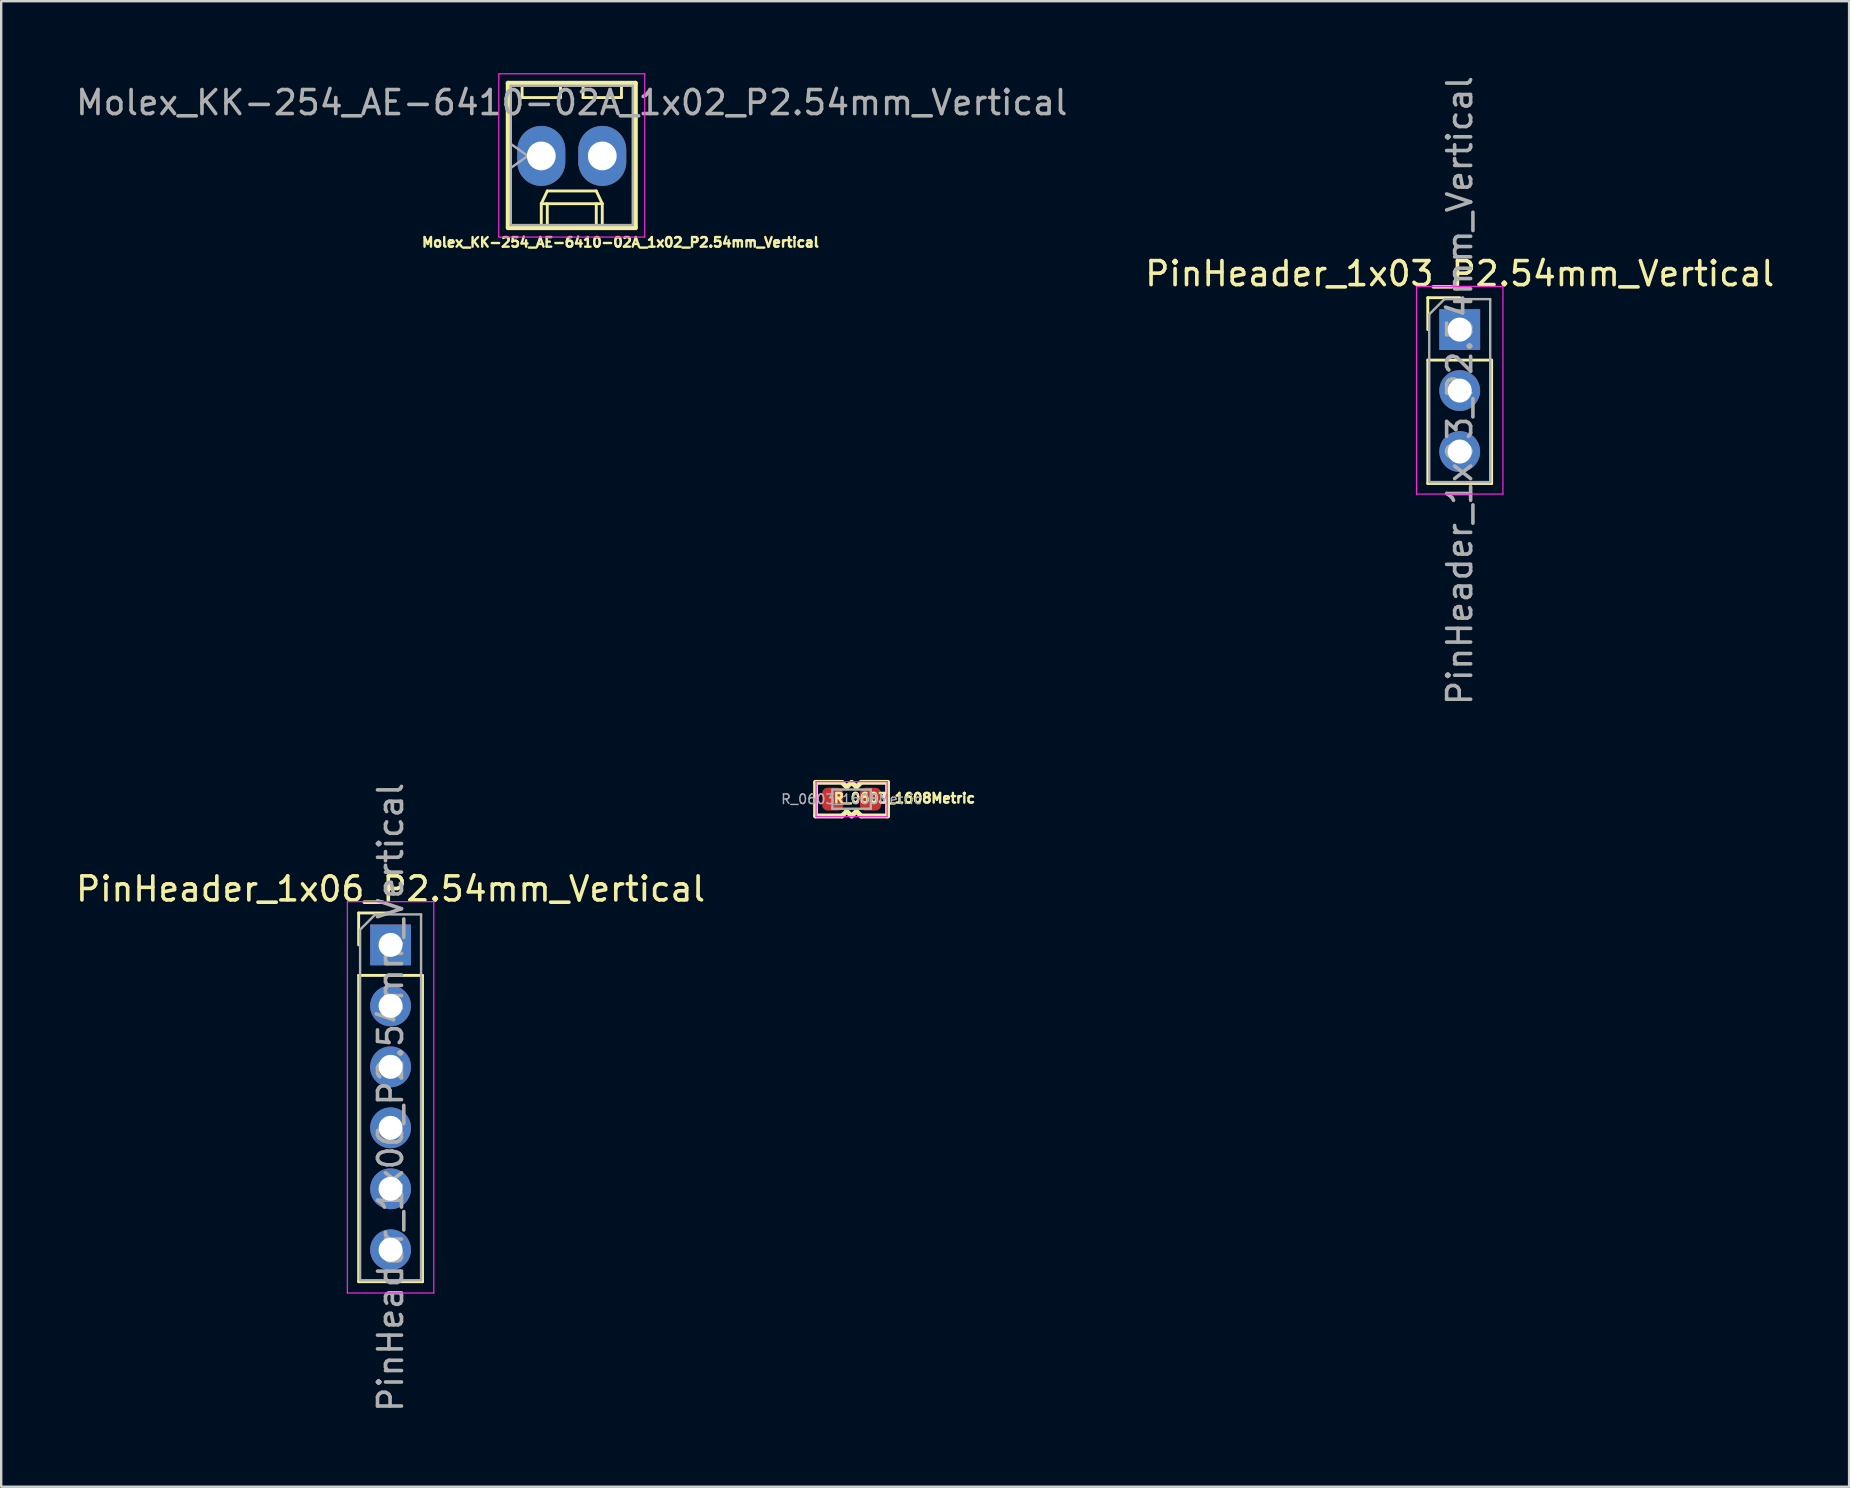
<source format=kicad_pcb>
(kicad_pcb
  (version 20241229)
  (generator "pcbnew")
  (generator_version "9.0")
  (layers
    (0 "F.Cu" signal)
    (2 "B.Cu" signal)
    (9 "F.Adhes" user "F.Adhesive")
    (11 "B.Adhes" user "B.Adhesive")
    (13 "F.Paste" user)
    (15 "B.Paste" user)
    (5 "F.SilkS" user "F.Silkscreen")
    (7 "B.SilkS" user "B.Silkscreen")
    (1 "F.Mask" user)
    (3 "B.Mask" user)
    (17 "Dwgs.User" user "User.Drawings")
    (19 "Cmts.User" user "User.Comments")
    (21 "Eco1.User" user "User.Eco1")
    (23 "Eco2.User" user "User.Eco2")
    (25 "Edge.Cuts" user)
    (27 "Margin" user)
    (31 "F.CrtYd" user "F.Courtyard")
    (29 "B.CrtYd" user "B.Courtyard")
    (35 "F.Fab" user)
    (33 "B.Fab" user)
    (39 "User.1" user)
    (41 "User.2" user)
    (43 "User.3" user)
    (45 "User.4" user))
  (footprint "PinHeader_1x06_P2.54mm_Vertical"
    (layer "F.Cu")
    (at 13.22 36.311)
    (property "Reference" "PinHeader_1x06_P2.54mm_Vertical" (at 0 -2.33 0) (layer "F.SilkS") (effects (font (size 1 1) (thickness 0.15))))
    (attr through_hole)
    (fp_line (start -1.33 -1.33) (end 0 -1.33) (stroke (width 0.12) (type solid)) (layer "F.SilkS"))
    (fp_line (start -1.33 0) (end -1.33 -1.33) (stroke (width 0.12) (type solid)) (layer "F.SilkS"))
    (fp_line (start -1.33 1.27) (end -1.33 14.03) (stroke (width 0.12) (type solid)) (layer "F.SilkS"))
    (fp_line (start -1.33 1.27) (end 1.33 1.27) (stroke (width 0.12) (type solid)) (layer "F.SilkS"))
    (fp_line (start -1.33 14.03) (end 1.33 14.03) (stroke (width 0.12) (type solid)) (layer "F.SilkS"))
    (fp_line (start 1.33 1.27) (end 1.33 14.03) (stroke (width 0.12) (type solid)) (layer "F.SilkS"))
    (fp_line (start -1.8 -1.8) (end -1.8 14.5) (stroke (width 0.05) (type solid)) (layer "F.CrtYd"))
    (fp_line (start -1.8 14.5) (end 1.8 14.5) (stroke (width 0.05) (type solid)) (layer "F.CrtYd"))
    (fp_line (start 1.8 -1.8) (end -1.8 -1.8) (stroke (width 0.05) (type solid)) (layer "F.CrtYd"))
    (fp_line (start 1.8 14.5) (end 1.8 -1.8) (stroke (width 0.05) (type solid)) (layer "F.CrtYd"))
    (fp_line (start -1.27 -0.635) (end -0.635 -1.27) (stroke (width 0.1) (type solid)) (layer "F.Fab"))
    (fp_line (start -1.27 13.97) (end -1.27 -0.635) (stroke (width 0.1) (type solid)) (layer "F.Fab"))
    (fp_line (start -0.635 -1.27) (end 1.27 -1.27) (stroke (width 0.1) (type solid)) (layer "F.Fab"))
    (fp_line (start 1.27 -1.27) (end 1.27 13.97) (stroke (width 0.1) (type solid)) (layer "F.Fab"))
    (fp_line (start 1.27 13.97) (end -1.27 13.97) (stroke (width 0.1) (type solid)) (layer "F.Fab"))
    (fp_text user "${REFERENCE}" (at 0 6.35 90) (layer "F.Fab") (effects (font (size 1 1) (thickness 0.15))))
    (pad "1" thru_hole rect (at 0 0) (size 1.7 1.7) (drill 1) (layers "*.Cu" "*.Mask"))
    (pad "2" thru_hole oval (at 0 2.54) (size 1.7 1.7) (drill 1) (layers "*.Cu" "*.Mask"))
    (pad "3" thru_hole oval (at 0 5.08) (size 1.7 1.7) (drill 1) (layers "*.Cu" "*.Mask"))
    (pad "4" thru_hole oval (at 0 7.62) (size 1.7 1.7) (drill 1) (layers "*.Cu" "*.Mask"))
    (pad "5" thru_hole oval (at 0 10.16) (size 1.7 1.7) (drill 1) (layers "*.Cu" "*.Mask"))
    (pad "6" thru_hole oval (at 0 12.7) (size 1.7 1.7) (drill 1) (layers "*.Cu" "*.Mask")))
  (footprint "Molex_KK-254_AE-6410-02A_1x02_P2.54mm_Vertical"
    (layer "F.Cu")
    (at 19.498 3.445)
    (property "Reference" "Molex_KK-254_AE-6410-02A_1x02_P2.54mm_Vertical" (at 3.3 3.6 0) (layer "F.SilkS") (effects (font (size 0.4 0.4) (thickness 0.1))))
    (attr through_hole)
    (fp_line (start -1.38 -3.03) (end -1.38 2.99) (stroke (width 0.2) (type solid)) (layer "F.SilkS"))
    (fp_line (start -1.38 2.99) (end 3.92 2.99) (stroke (width 0.2) (type solid)) (layer "F.SilkS"))
    (fp_line (start -0.8 -3.03) (end -0.8 -2.43) (stroke (width 0.12) (type solid)) (layer "F.SilkS"))
    (fp_line (start -0.8 -2.43) (end 0.8 -2.43) (stroke (width 0.12) (type solid)) (layer "F.SilkS"))
    (fp_line (start 0 1.99) (end 0.25 1.46) (stroke (width 0.12) (type solid)) (layer "F.SilkS"))
    (fp_line (start 0 1.99) (end 2.54 1.99) (stroke (width 0.12) (type solid)) (layer "F.SilkS"))
    (fp_line (start 0 2.99) (end 0 1.99) (stroke (width 0.12) (type solid)) (layer "F.SilkS"))
    (fp_line (start 0.25 1.46) (end 2.29 1.46) (stroke (width 0.12) (type solid)) (layer "F.SilkS"))
    (fp_line (start 0.25 2.99) (end 0.25 1.99) (stroke (width 0.12) (type solid)) (layer "F.SilkS"))
    (fp_line (start 0.8 -2.43) (end 0.8 -3.03) (stroke (width 0.12) (type solid)) (layer "F.SilkS"))
    (fp_line (start 1.74 -3.03) (end 1.74 -2.43) (stroke (width 0.12) (type solid)) (layer "F.SilkS"))
    (fp_line (start 1.74 -2.43) (end 3.34 -2.43) (stroke (width 0.12) (type solid)) (layer "F.SilkS"))
    (fp_line (start 2.29 1.46) (end 2.54 1.99) (stroke (width 0.12) (type solid)) (layer "F.SilkS"))
    (fp_line (start 2.29 2.99) (end 2.29 1.99) (stroke (width 0.12) (type solid)) (layer "F.SilkS"))
    (fp_line (start 2.54 1.99) (end 2.54 2.99) (stroke (width 0.12) (type solid)) (layer "F.SilkS"))
    (fp_line (start 3.34 -2.43) (end 3.34 -3.03) (stroke (width 0.12) (type solid)) (layer "F.SilkS"))
    (fp_line (start 3.92 -3.03) (end -1.38 -3.03) (stroke (width 0.2) (type solid)) (layer "F.SilkS"))
    (fp_line (start 3.92 2.99) (end 3.92 -3.03) (stroke (width 0.2) (type solid)) (layer "F.SilkS"))
    (fp_line (start -1.77 -3.42) (end -1.77 3.38) (stroke (width 0.05) (type solid)) (layer "F.CrtYd"))
    (fp_line (start -1.77 3.38) (end 4.31 3.38) (stroke (width 0.05) (type solid)) (layer "F.CrtYd"))
    (fp_line (start 4.31 -3.42) (end -1.77 -3.42) (stroke (width 0.05) (type solid)) (layer "F.CrtYd"))
    (fp_line (start 4.31 3.38) (end 4.31 -3.42) (stroke (width 0.05) (type solid)) (layer "F.CrtYd"))
    (fp_line (start -1.27 -2.92) (end -1.27 2.88) (stroke (width 0.1) (type solid)) (layer "F.Fab"))
    (fp_line (start -1.27 -0.5) (end -0.563 0) (stroke (width 0.1) (type solid)) (layer "F.Fab"))
    (fp_line (start -1.27 2.88) (end 3.81 2.88) (stroke (width 0.1) (type solid)) (layer "F.Fab"))
    (fp_line (start -0.563 0) (end -1.27 0.5) (stroke (width 0.1) (type solid)) (layer "F.Fab"))
    (fp_line (start 3.81 -2.92) (end -1.27 -2.92) (stroke (width 0.1) (type solid)) (layer "F.Fab"))
    (fp_line (start 3.81 2.88) (end 3.81 -2.92) (stroke (width 0.1) (type solid)) (layer "F.Fab"))
    (fp_text user "${REFERENCE}" (at 1.27 -2.22 0) (layer "F.Fab") (effects (font (size 1 1) (thickness 0.15))))
    (pad "1" thru_hole oval (at 0 0) (size 2 2.5) (drill 1.2) (layers "*.Cu" "*.Mask"))
    (pad "2" thru_hole oval (at 2.54 0) (size 2 2.5) (drill 1.2) (layers "*.Cu" "*.Mask")))
  (footprint "R_0603_1608Metric"
    (layer "F.Cu")
    (at 32.424 30.24)
    (property "Reference" "R_0603_1608Metric" (at 2.201 -0.04 0) (layer "F.SilkS") (effects (font (size 0.4 0.4) (thickness 0.1))))
    (attr smd)
    (fp_line (start -1.5 -0.7) (end -1.5 0.7) (stroke (width 0.2) (type solid)) (layer "F.SilkS"))
    (fp_line (start -1.5 -0.7) (end -0.4 -0.7) (stroke (width 0.2) (type solid)) (layer "F.SilkS"))
    (fp_line (start -0.4 -0.7) (end -0.203 -0.506) (stroke (width 0.2) (type solid)) (layer "F.SilkS"))
    (fp_line (start -0.4 0.7) (end -1.5 0.7) (stroke (width 0.2) (type solid)) (layer "F.SilkS"))
    (fp_line (start -0.203 -0.506) (end 0 -0.7) (stroke (width 0.2) (type solid)) (layer "F.SilkS"))
    (fp_line (start -0.203 0.506) (end -0.4 0.7) (stroke (width 0.2) (type solid)) (layer "F.SilkS"))
    (fp_line (start 0 -0.7) (end 0.203 -0.506) (stroke (width 0.2) (type solid)) (layer "F.SilkS"))
    (fp_line (start 0 0.7) (end -0.203 0.506) (stroke (width 0.2) (type solid)) (layer "F.SilkS"))
    (fp_line (start 0.203 -0.506) (end 0.4 -0.7) (stroke (width 0.2) (type solid)) (layer "F.SilkS"))
    (fp_line (start 0.203 0.506) (end 0 0.7) (stroke (width 0.2) (type solid)) (layer "F.SilkS"))
    (fp_line (start 0.4 -0.7) (end 1.5 -0.7) (stroke (width 0.2) (type solid)) (layer "F.SilkS"))
    (fp_line (start 0.4 0.7) (end 0.203 0.506) (stroke (width 0.2) (type solid)) (layer "F.SilkS"))
    (fp_line (start 1.5 0.7) (end 0.4 0.7) (stroke (width 0.2) (type solid)) (layer "F.SilkS"))
    (fp_line (start 1.5 0.7) (end 1.5 -0.7) (stroke (width 0.2) (type solid)) (layer "F.SilkS"))
    (fp_line (start -1.48 -0.73) (end 1.48 -0.73) (stroke (width 0.05) (type solid)) (layer "F.CrtYd"))
    (fp_line (start -1.48 0.73) (end -1.48 -0.73) (stroke (width 0.05) (type solid)) (layer "F.CrtYd"))
    (fp_line (start 1.48 -0.73) (end 1.48 0.73) (stroke (width 0.05) (type solid)) (layer "F.CrtYd"))
    (fp_line (start 1.48 0.73) (end -1.48 0.73) (stroke (width 0.05) (type solid)) (layer "F.CrtYd"))
    (fp_line (start -0.8 -0.4) (end 0.8 -0.4) (stroke (width 0.1) (type solid)) (layer "F.Fab"))
    (fp_line (start -0.8 0.4) (end -0.8 -0.4) (stroke (width 0.1) (type solid)) (layer "F.Fab"))
    (fp_line (start 0.8 -0.4) (end 0.8 0.4) (stroke (width 0.1) (type solid)) (layer "F.Fab"))
    (fp_line (start 0.8 0.4) (end -0.8 0.4) (stroke (width 0.1) (type solid)) (layer "F.Fab"))
    (fp_text user "${REFERENCE}" (at 0 0 0) (layer "F.Fab") (effects (font (size 0.4 0.4) (thickness 0.06))))
    (pad "1" smd roundrect (at -0.787 0) (size 0.875 0.95) (layers "F.Cu" "F.Mask" "F.Paste") (roundrect_rratio 0.25))
    (pad "2" smd roundrect (at 0.787 0) (size 0.875 0.95) (layers "F.Cu" "F.Mask" "F.Paste") (roundrect_rratio 0.25)))
  (footprint "PinHeader_1x03_P2.54mm_Vertical"
    (layer "F.Cu")
    (at 57.756 10.68)
    (property "Reference" "PinHeader_1x03_P2.54mm_Vertical" (at 0 -2.33 0) (layer "F.SilkS") (effects (font (size 1 1) (thickness 0.15))))
    (attr through_hole)
    (fp_line (start -1.33 -1.33) (end 0 -1.33) (stroke (width 0.12) (type solid)) (layer "F.SilkS"))
    (fp_line (start -1.33 0) (end -1.33 -1.33) (stroke (width 0.12) (type solid)) (layer "F.SilkS"))
    (fp_line (start -1.33 1.27) (end -1.33 6.41) (stroke (width 0.12) (type solid)) (layer "F.SilkS"))
    (fp_line (start -1.33 1.27) (end 1.33 1.27) (stroke (width 0.12) (type solid)) (layer "F.SilkS"))
    (fp_line (start -1.33 6.41) (end 1.33 6.41) (stroke (width 0.12) (type solid)) (layer "F.SilkS"))
    (fp_line (start 1.33 1.27) (end 1.33 6.41) (stroke (width 0.12) (type solid)) (layer "F.SilkS"))
    (fp_line (start -1.8 -1.8) (end -1.8 6.85) (stroke (width 0.05) (type solid)) (layer "F.CrtYd"))
    (fp_line (start -1.8 6.85) (end 1.8 6.85) (stroke (width 0.05) (type solid)) (layer "F.CrtYd"))
    (fp_line (start 1.8 -1.8) (end -1.8 -1.8) (stroke (width 0.05) (type solid)) (layer "F.CrtYd"))
    (fp_line (start 1.8 6.85) (end 1.8 -1.8) (stroke (width 0.05) (type solid)) (layer "F.CrtYd"))
    (fp_line (start -1.27 -0.635) (end -0.635 -1.27) (stroke (width 0.1) (type solid)) (layer "F.Fab"))
    (fp_line (start -1.27 6.35) (end -1.27 -0.635) (stroke (width 0.1) (type solid)) (layer "F.Fab"))
    (fp_line (start -0.635 -1.27) (end 1.27 -1.27) (stroke (width 0.1) (type solid)) (layer "F.Fab"))
    (fp_line (start 1.27 -1.27) (end 1.27 6.35) (stroke (width 0.1) (type solid)) (layer "F.Fab"))
    (fp_line (start 1.27 6.35) (end -1.27 6.35) (stroke (width 0.1) (type solid)) (layer "F.Fab"))
    (fp_text user "${REFERENCE}" (at 0 2.54 90) (layer "F.Fab") (effects (font (size 1 1) (thickness 0.15))))
    (pad "1" thru_hole rect (at 0 0) (size 1.7 1.7) (drill 1) (layers "*.Cu" "*.Mask"))
    (pad "2" thru_hole oval (at 0 2.54) (size 1.7 1.7) (drill 1) (layers "*.Cu" "*.Mask"))
    (pad "3" thru_hole oval (at 0 5.08) (size 1.7 1.7) (drill 1) (layers "*.Cu" "*.Mask")))
  (gr_rect
    (start -3 -3)
    (end 73.976 58.881)
    (stroke (width 0.1) (type default))
    (fill no)
    (layer "Edge.Cuts")))
</source>
